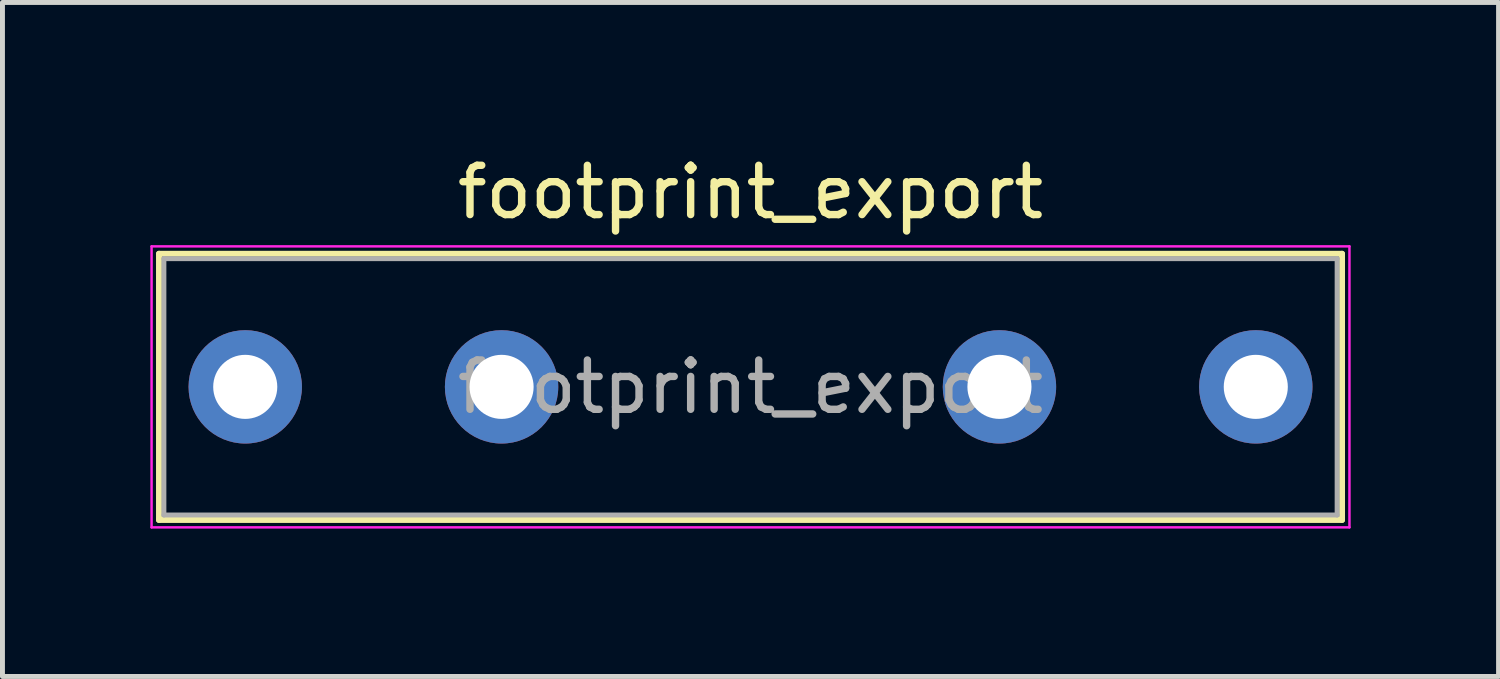
<source format=kicad_pcb>
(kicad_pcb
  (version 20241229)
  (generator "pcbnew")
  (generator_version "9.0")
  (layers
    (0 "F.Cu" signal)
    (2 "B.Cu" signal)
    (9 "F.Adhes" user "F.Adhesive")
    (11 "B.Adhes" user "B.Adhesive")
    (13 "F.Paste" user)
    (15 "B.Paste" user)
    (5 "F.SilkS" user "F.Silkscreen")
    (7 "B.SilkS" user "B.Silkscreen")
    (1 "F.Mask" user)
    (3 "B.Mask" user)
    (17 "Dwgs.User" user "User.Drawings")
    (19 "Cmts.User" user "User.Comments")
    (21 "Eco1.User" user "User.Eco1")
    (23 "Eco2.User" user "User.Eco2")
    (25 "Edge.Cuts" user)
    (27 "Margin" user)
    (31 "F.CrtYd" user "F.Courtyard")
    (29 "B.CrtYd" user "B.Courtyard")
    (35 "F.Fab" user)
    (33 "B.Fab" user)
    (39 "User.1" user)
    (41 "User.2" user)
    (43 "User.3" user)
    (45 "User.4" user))
  (footprint "footprint_export"
    (layer "F.Cu")
    (at 1.925 4.798)
    (property "Reference" "footprint_export" (at 10.25 -3.95 0) (unlocked yes) (layer "F.SilkS") (effects (font (size 1 1) (thickness 0.15))))
    (attr through_hole)
    (fp_line (start -1.75 -2.7) (end 22.25 -2.7) (stroke (width 0.12) (type solid)) (layer "F.SilkS"))
    (fp_line (start -1.75 2.7) (end -1.75 -2.7) (stroke (width 0.12) (type solid)) (layer "F.SilkS"))
    (fp_line (start 22.25 -2.7) (end 22.25 2.7) (stroke (width 0.12) (type solid)) (layer "F.SilkS"))
    (fp_line (start 22.25 2.7) (end -1.75 2.7) (stroke (width 0.12) (type solid)) (layer "F.SilkS"))
    (fp_line (start -1.9 -2.85) (end 22.4 -2.85) (stroke (width 0.05) (type solid)) (layer "F.CrtYd"))
    (fp_line (start -1.9 2.85) (end -1.9 -2.85) (stroke (width 0.05) (type solid)) (layer "F.CrtYd"))
    (fp_line (start 22.4 -2.85) (end 22.4 2.85) (stroke (width 0.05) (type solid)) (layer "F.CrtYd"))
    (fp_line (start 22.4 2.85) (end -1.9 2.85) (stroke (width 0.05) (type solid)) (layer "F.CrtYd"))
    (fp_line (start -1.65 -2.6) (end 22.15 -2.6) (stroke (width 0.1) (type solid)) (layer "F.Fab"))
    (fp_line (start -1.65 2.6) (end -1.65 -2.6) (stroke (width 0.1) (type solid)) (layer "F.Fab"))
    (fp_line (start 22.15 -2.6) (end 22.15 2.6) (stroke (width 0.1) (type solid)) (layer "F.Fab"))
    (fp_line (start 22.15 2.6) (end -1.65 2.6) (stroke (width 0.1) (type solid)) (layer "F.Fab"))
    (fp_text user "${REFERENCE}" (at 10.25 0 0) (unlocked yes) (layer "F.Fab") (effects (font (size 1 1) (thickness 0.15))))
    (pad "1" thru_hole circle (at 0 0) (size 2.3 2.3) (drill 1.3) (layers "*.Cu" "*.Mask"))
    (pad "1" thru_hole circle (at 5.2 0) (size 2.3 2.3) (drill 1.3) (layers "*.Cu" "*.Mask"))
    (pad "2" thru_hole circle (at 15.3 0) (size 2.3 2.3) (drill 1.3) (layers "*.Cu" "*.Mask"))
    (pad "2" thru_hole circle (at 20.5 0) (size 2.3 2.3) (drill 1.3) (layers "*.Cu" "*.Mask")))
  (gr_rect
    (start -3 -3)
    (end 27.35 10.673)
    (stroke (width 0.1) (type default))
    (fill no)
    (layer "Edge.Cuts")))
</source>
